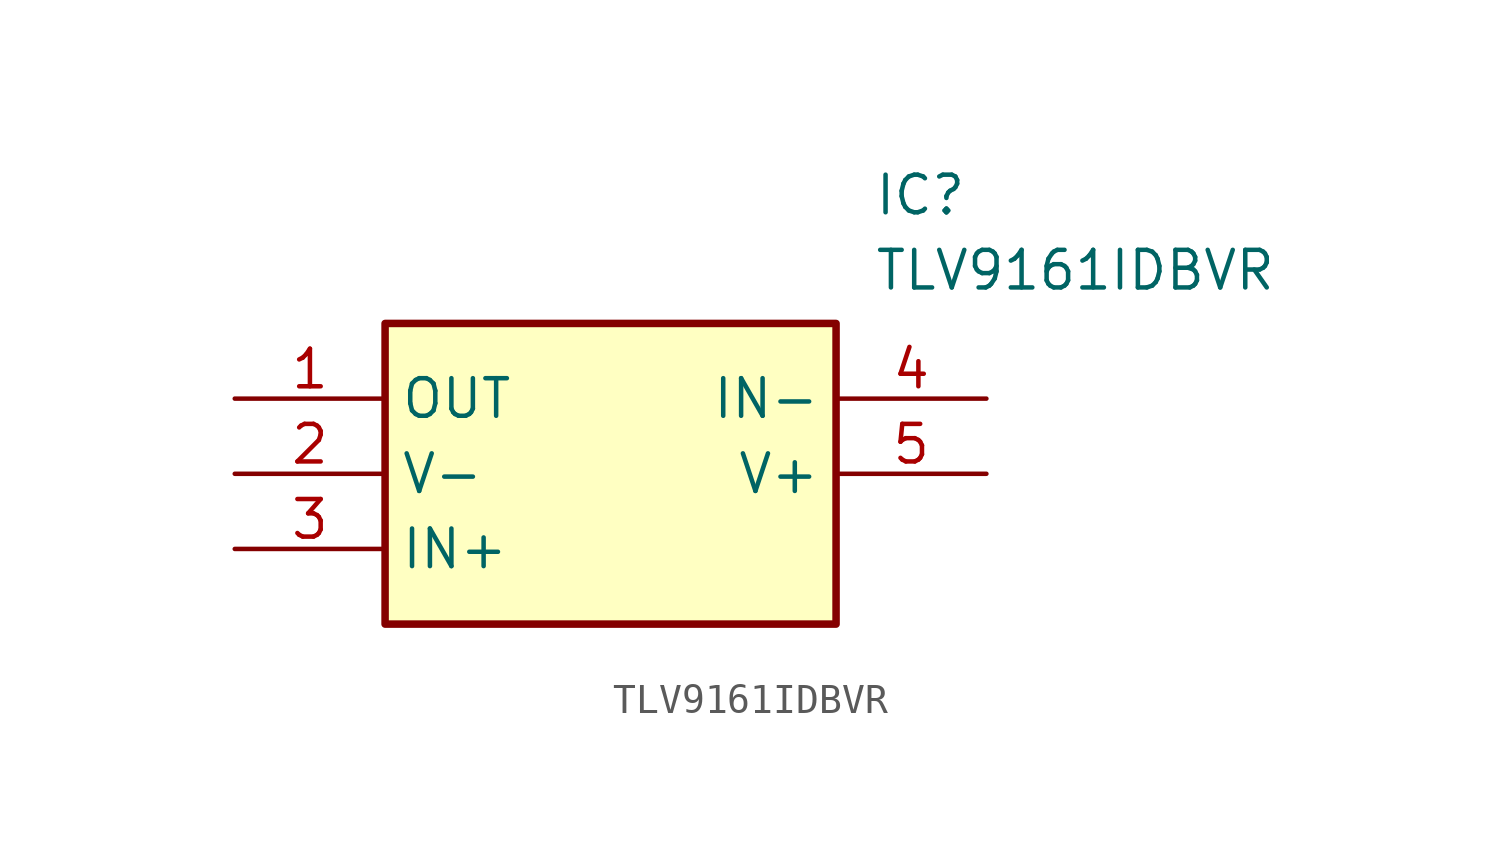
<source format=kicad_sym>
(kicad_symbol_lib
  (version 20211014)
  (generator SamacSys_ECAD_Model)
  (symbol "TLV9161IDBVR"
    (property "Reference" "IC"
      (at 21.59 7.62 0)
      (effects (font (size 1.27 1.27)) (justify left top)))
    (property "Value" "TLV9161IDBVR"
      (at 21.59 5.08 0)
      (effects (font (size 1.27 1.27)) (justify left top)))
    (rectangle
      (start 5.08 2.54)
      (end 20.32 -7.62)
      (stroke (width 0.254) (type default))
      (fill (type background)))
    (pin passive line
      (at 0 0 0)
      (length 5.08)
      (name "OUT" (effects (font (size 1.27 1.27))))
      (number "1" (effects (font (size 1.27 1.27)))))
    (pin passive line
      (at 0 -2.54 0)
      (length 5.08)
      (name "V-" (effects (font (size 1.27 1.27))))
      (number "2" (effects (font (size 1.27 1.27)))))
    (pin passive line
      (at 0 -5.08 0)
      (length 5.08)
      (name "IN+" (effects (font (size 1.27 1.27))))
      (number "3" (effects (font (size 1.27 1.27)))))
    (pin passive line
      (at 25.4 0 180)
      (length 5.08)
      (name "IN-" (effects (font (size 1.27 1.27))))
      (number "4" (effects (font (size 1.27 1.27)))))
    (pin passive line
      (at 25.4 -2.54 180)
      (length 5.08)
      (name "V+" (effects (font (size 1.27 1.27))))
      (number "5" (effects (font (size 1.27 1.27)))))))
</source>
